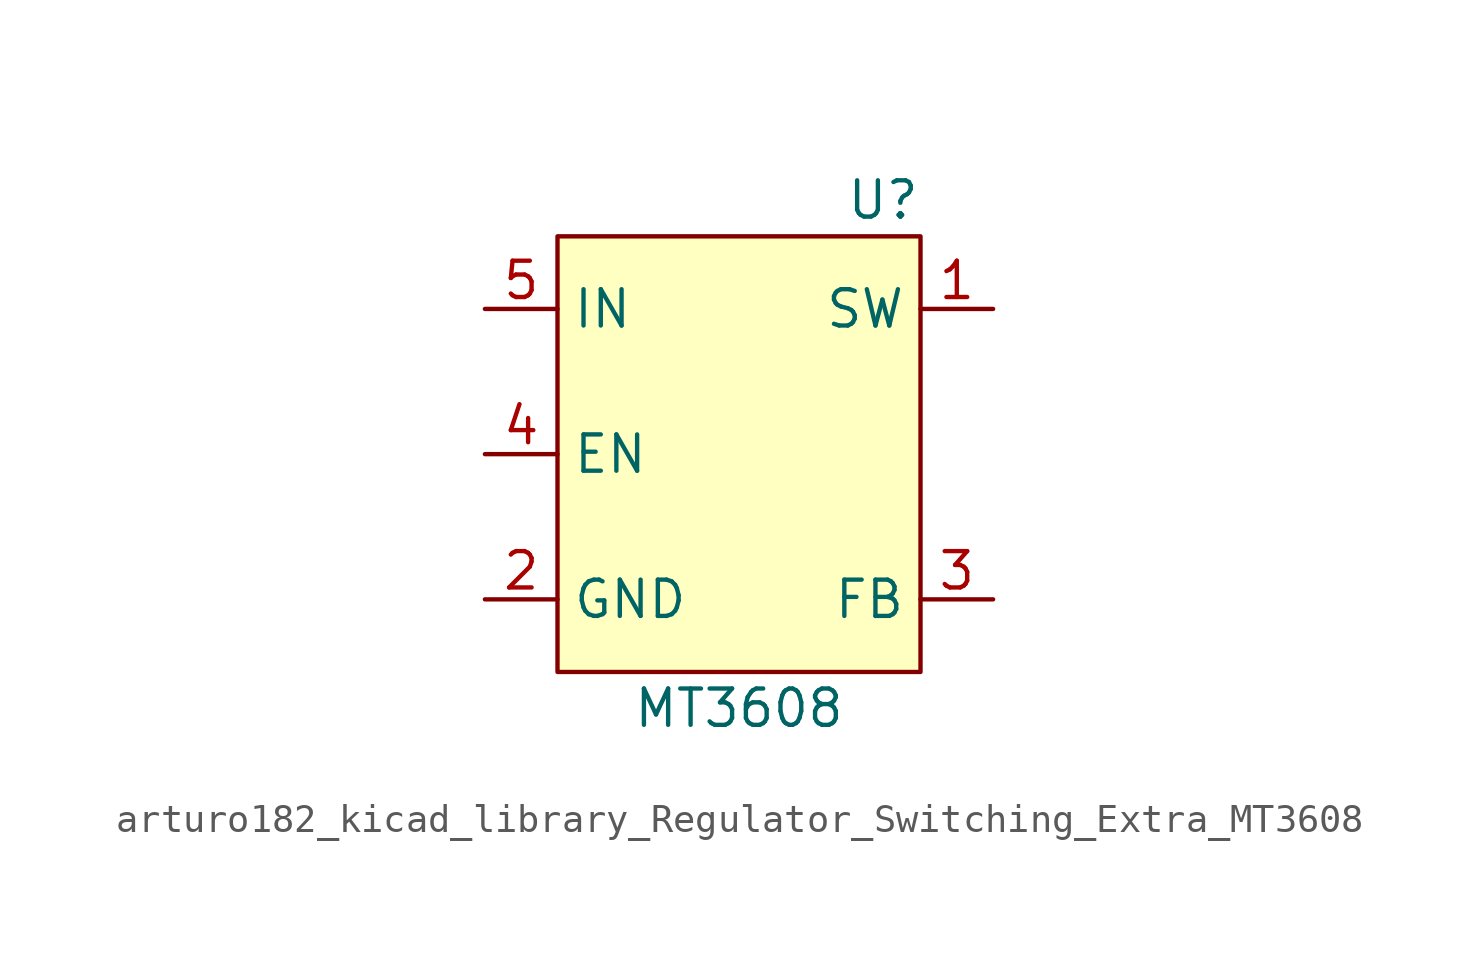
<source format=kicad_sym>
(kicad_symbol_lib
  (version 20220914)
  (generator kicad_symbol_editor)
  (symbol "Regulator_Switching_Extra:arturo182_kicad_library_Regulator_Switching_Extra_MT3608"
    (property "Reference" "U"
      (at 6.35 8.89 0)
      (effects (font (size 1.27 1.27)) (justify right)))
    (property "Value" "MT3608"
      (at 0 -8.89 0)
      (effects (font (size 1.27 1.27))))
    (symbol "arturo182_kicad_library_Regulator_Switching_Extra_MT3608_0_1"
      (rectangle (start -6.35 7.62) (end 6.35 -7.62) (stroke (width 0)) (fill (type background))))
    (symbol "arturo182_kicad_library_Regulator_Switching_Extra_MT3608_1_1"
      (pin power_out line (at 8.89 5.08 180) (length 2.54) (name "SW" (effects (font (size 1.27 1.27)))) (number "1" (effects (font (size 1.27 1.27)))))
      (pin power_in line (at -8.89 -5.08 0) (length 2.54) (name "GND" (effects (font (size 1.27 1.27)))) (number "2" (effects (font (size 1.27 1.27)))))
      (pin input line (at 8.89 -5.08 180) (length 2.54) (name "FB" (effects (font (size 1.27 1.27)))) (number "3" (effects (font (size 1.27 1.27)))))
      (pin input line (at -8.89 0 0) (length 2.54) (name "EN" (effects (font (size 1.27 1.27)))) (number "4" (effects (font (size 1.27 1.27)))))
      (pin power_in line (at -8.89 5.08 0) (length 2.54) (name "IN" (effects (font (size 1.27 1.27)))) (number "5" (effects (font (size 1.27 1.27))))))))
</source>
